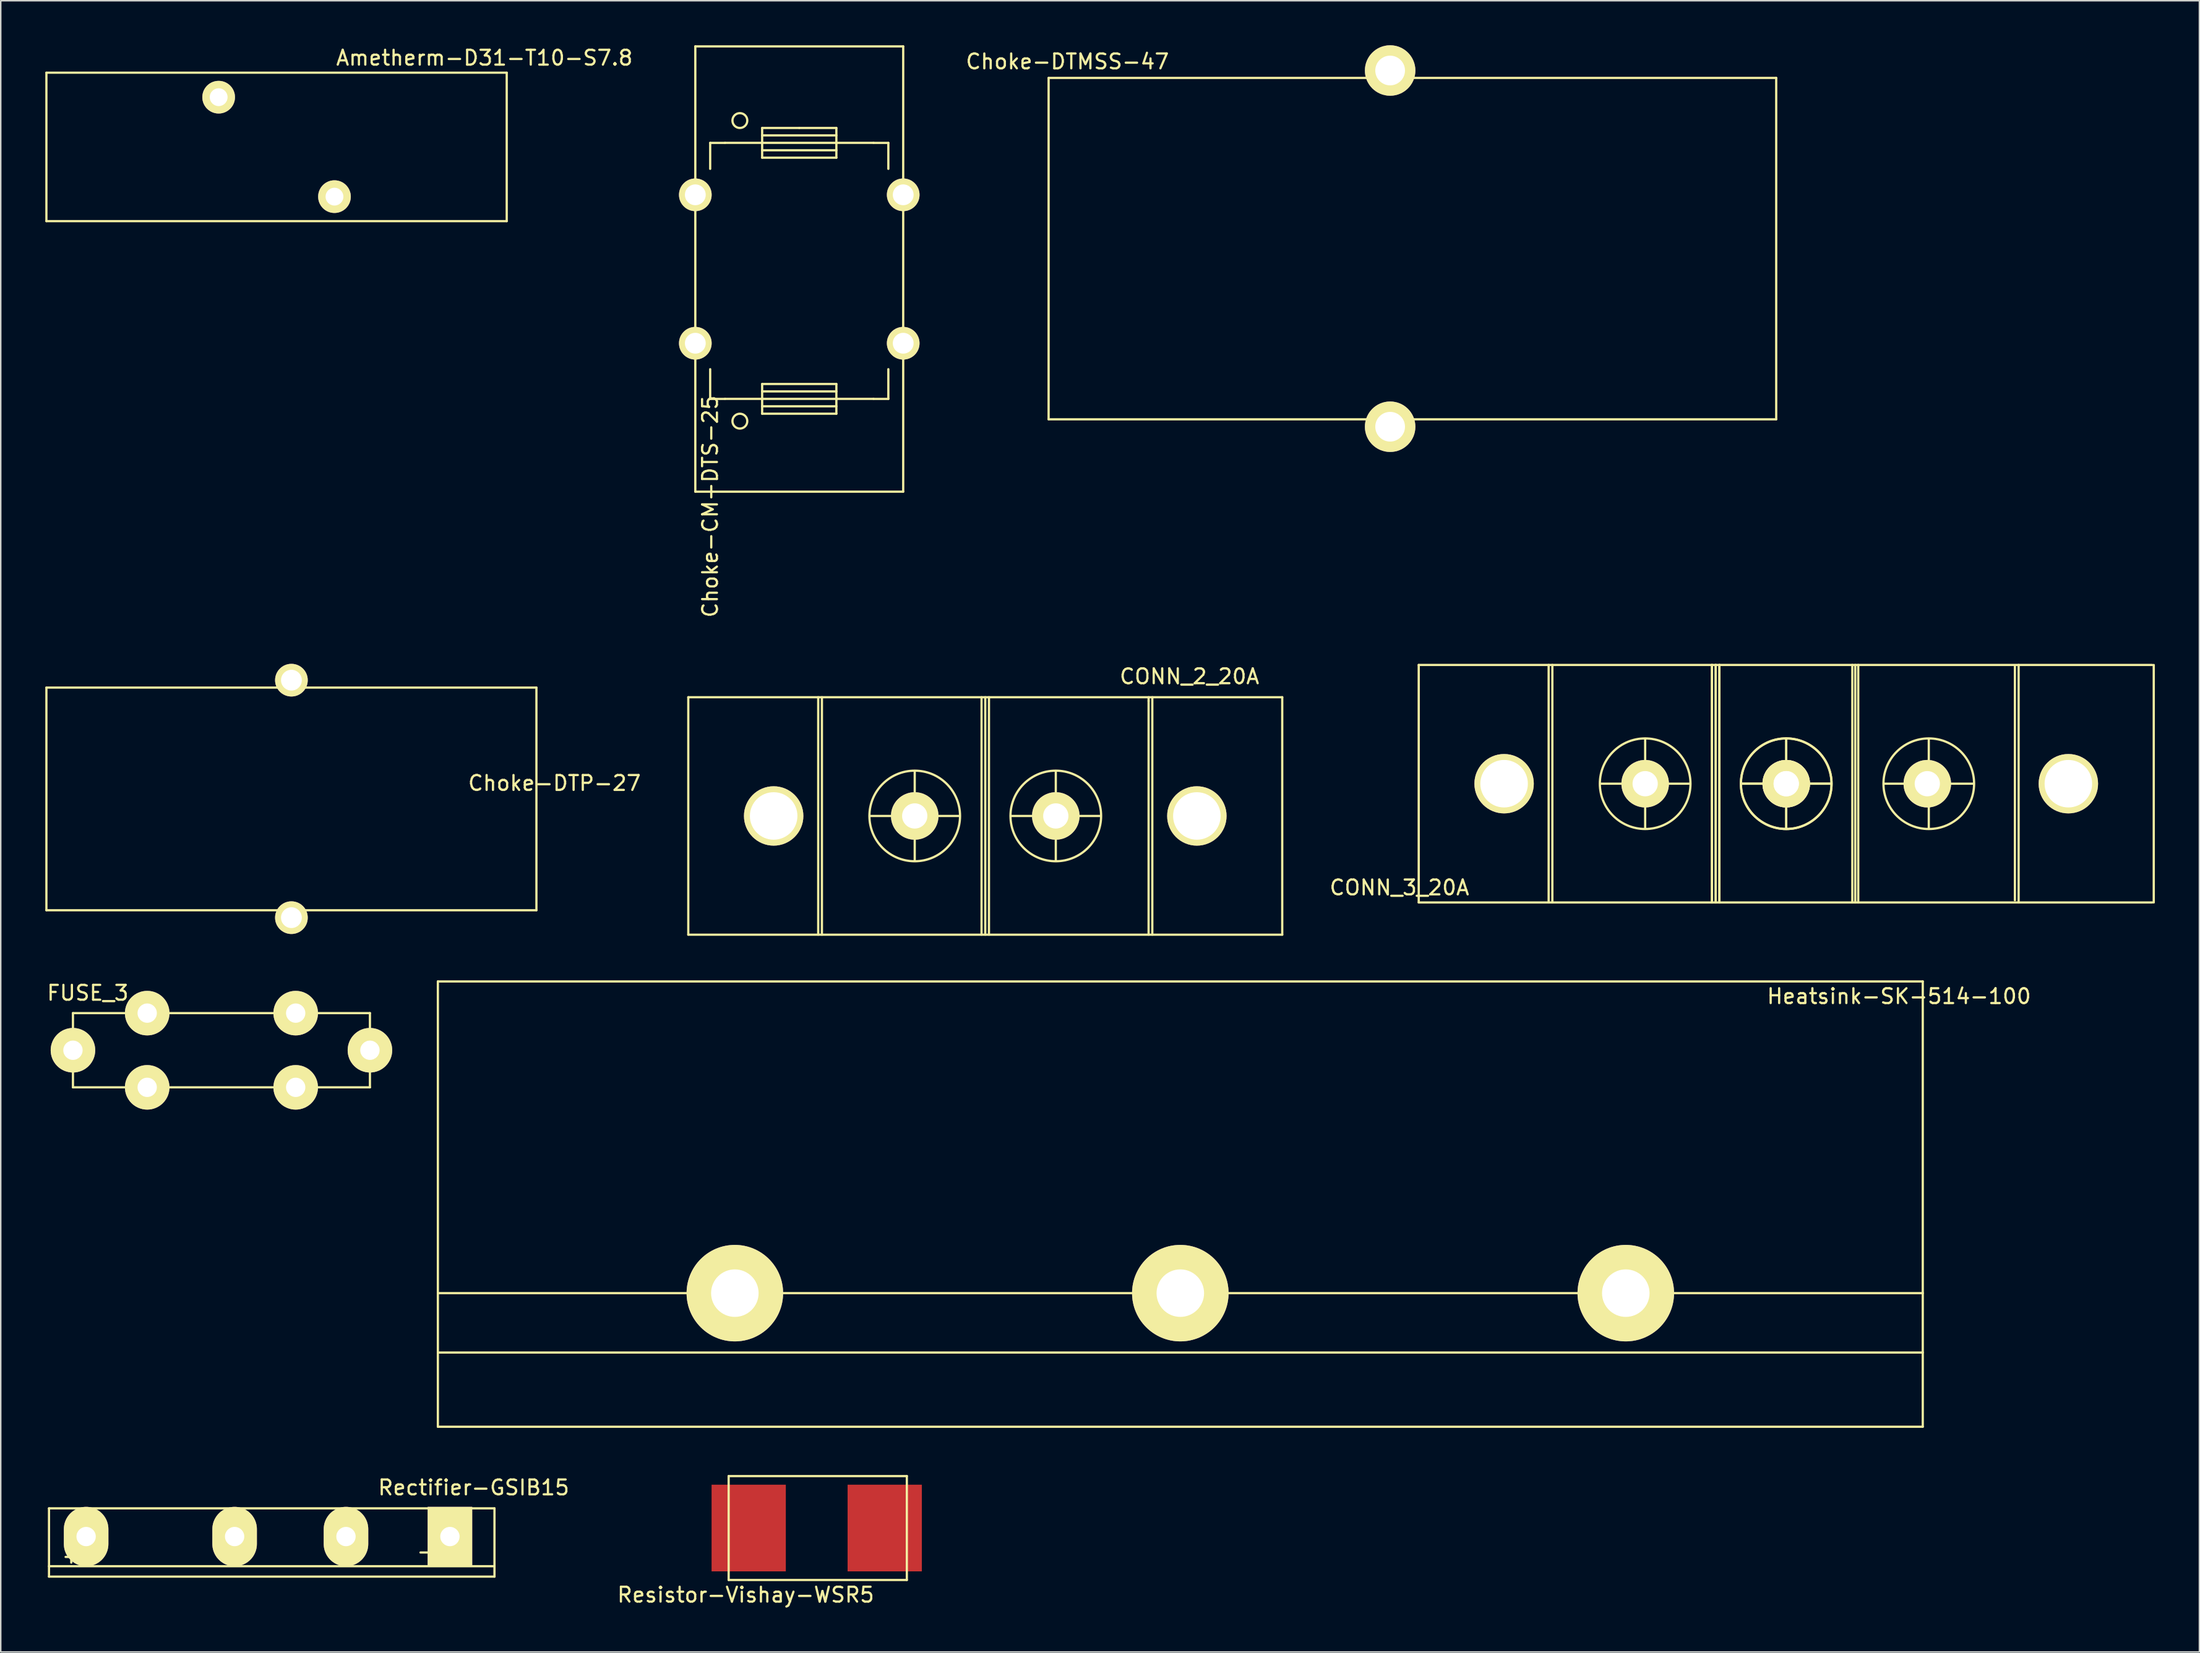
<source format=kicad_pcb>
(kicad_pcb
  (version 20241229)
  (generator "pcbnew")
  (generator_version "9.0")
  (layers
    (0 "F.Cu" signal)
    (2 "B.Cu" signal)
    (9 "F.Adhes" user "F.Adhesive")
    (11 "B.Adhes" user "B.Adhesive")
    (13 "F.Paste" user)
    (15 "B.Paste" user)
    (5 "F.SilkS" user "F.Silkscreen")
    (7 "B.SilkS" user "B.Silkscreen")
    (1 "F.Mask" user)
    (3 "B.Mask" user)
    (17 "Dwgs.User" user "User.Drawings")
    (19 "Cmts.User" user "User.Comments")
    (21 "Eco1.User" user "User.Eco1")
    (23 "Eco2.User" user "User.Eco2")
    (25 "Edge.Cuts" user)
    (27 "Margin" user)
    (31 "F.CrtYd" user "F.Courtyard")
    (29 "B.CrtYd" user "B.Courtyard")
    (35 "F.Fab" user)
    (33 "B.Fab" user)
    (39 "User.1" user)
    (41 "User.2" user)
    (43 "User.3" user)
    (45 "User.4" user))
  (footprint "Choke-DTP-27"
    (layer "F.Cu")
    (at 16.575 50.776)
    (property "Reference" "Choke-DTP-27" (at 17.718 -1.064 0) (layer "F.SilkS") (effects (font (size 1 1) (thickness 0.15))))
    (attr through_hole)
    (fp_line (start -16.5 -7.5) (end -16.5 7.5) (stroke (width 0.15) (type solid)) (layer "F.SilkS"))
    (fp_line (start -16.5 7.5) (end 16.5 7.5) (stroke (width 0.15) (type solid)) (layer "F.SilkS"))
    (fp_line (start 16.5 -7.5) (end -16.5 -7.5) (stroke (width 0.15) (type solid)) (layer "F.SilkS"))
    (fp_line (start 16.5 7.5) (end 16.5 -7.5) (stroke (width 0.15) (type solid)) (layer "F.SilkS"))
    (pad "1" thru_hole circle (at 0 -8) (size 2.2 2.2) (drill 1.4) (layers "*.Cu" "*.Mask" "F.SilkS"))
    (pad "2" thru_hole circle (at 0 8) (size 2.2 2.2) (drill 1.4) (layers "*.Cu" "*.Mask" "F.SilkS")))
  (footprint "Resistor-Vishay-WSR5"
    (layer "F.Cu")
    (at 52.021 99.899)
    (property "Reference" "Resistor-Vishay-WSR5" (at -4.85 4.5 0) (layer "F.SilkS") (effects (font (size 1 1) (thickness 0.15))))
    (attr through_hole)
    (fp_line (start -6 -3.5) (end 6 -3.5) (stroke (width 0.15) (type solid)) (layer "F.SilkS"))
    (fp_line (start -6 3.5) (end -6 -3.5) (stroke (width 0.15) (type solid)) (layer "F.SilkS"))
    (fp_line (start 6 -3.5) (end 6 3.5) (stroke (width 0.15) (type solid)) (layer "F.SilkS"))
    (fp_line (start 6 3.5) (end -6 3.5) (stroke (width 0.15) (type solid)) (layer "F.SilkS"))
    (pad "1" smd rect (at -4.65 0) (size 5 5.84) (layers "F.Cu" "F.Mask" "F.Paste"))
    (pad "2" smd rect (at 4.51 0) (size 5 5.84) (layers "F.Cu" "F.Mask" "F.Paste")))
  (footprint "Heatsink-SK-514-100"
    (layer "F.Cu")
    (at 76.438 93.074)
    (property "Reference" "Heatsink-SK-514-100" (at 48.4 -29 0) (layer "F.SilkS") (effects (font (size 1 1) (thickness 0.15))))
    (attr through_hole)
    (fp_line (start -50 -30) (end -50 0) (stroke (width 0.15) (type solid)) (layer "F.SilkS"))
    (fp_line (start -50 -9) (end 50 -9) (stroke (width 0.15) (type solid)) (layer "F.SilkS"))
    (fp_line (start -50 -5) (end 50 -5) (stroke (width 0.15) (type solid)) (layer "F.SilkS"))
    (fp_line (start -50 0) (end 50 0) (stroke (width 0.15) (type solid)) (layer "F.SilkS"))
    (fp_line (start 50 -30) (end -50 -30) (stroke (width 0.15) (type solid)) (layer "F.SilkS"))
    (fp_line (start 50 0) (end 50 -30) (stroke (width 0.15) (type solid)) (layer "F.SilkS"))
    (pad "" thru_hole circle (at -30 -9) (size 6.5 6.5) (drill 3.2) (layers "*.Cu" "*.Mask" "F.SilkS"))
    (pad "" thru_hole circle (at 0 -9) (size 6.5 6.5) (drill 3.2) (layers "*.Cu" "*.Mask" "F.SilkS"))
    (pad "" thru_hole circle (at 30 -9) (size 6.5 6.5) (drill 3.2) (layers "*.Cu" "*.Mask" "F.SilkS")))
  (footprint "Choke-DTMSS-47"
    (layer "F.Cu")
    (at 90.568 13.7)
    (property "Reference" "Choke-DTMSS-47" (at -21.734 -12.602 0) (layer "F.SilkS") (effects (font (size 1 1) (thickness 0.15))))
    (attr through_hole)
    (fp_line (start -23 -11.5) (end 26 -11.5) (stroke (width 0.15) (type solid)) (layer "F.SilkS"))
    (fp_line (start -23 11.5) (end -23 -11.5) (stroke (width 0.15) (type solid)) (layer "F.SilkS"))
    (fp_line (start 26 -11.5) (end 26 11.5) (stroke (width 0.15) (type solid)) (layer "F.SilkS"))
    (fp_line (start 26 11.5) (end -23 11.5) (stroke (width 0.15) (type solid)) (layer "F.SilkS"))
    (pad "1" thru_hole circle (at 0 -12) (size 3.4 3.4) (drill 2) (layers "*.Cu" "*.Mask" "F.SilkS"))
    (pad "2" thru_hole circle (at 0 12) (size 3.4 3.4) (drill 2) (layers "*.Cu" "*.Mask" "F.SilkS")))
  (footprint "Choke-CM-DTS-25"
    (layer "F.Cu")
    (at 50.776 15.075)
    (property "Reference" "Choke-CM-DTS-25" (at -6 16 90) (layer "F.SilkS") (effects (font (size 1 1) (thickness 0.15))))
    (attr through_hole)
    (fp_line (start -7 -15) (end 7 -15) (stroke (width 0.15) (type solid)) (layer "F.SilkS"))
    (fp_line (start -7 15) (end -7 -15) (stroke (width 0.15) (type solid)) (layer "F.SilkS"))
    (fp_line (start -5.999 -8.499) (end -5.999 -6.749) (stroke (width 0.15) (type solid)) (layer "F.SilkS"))
    (fp_line (start -5.999 8.75) (end -5.999 6.749) (stroke (width 0.15) (type solid)) (layer "F.SilkS"))
    (fp_line (start -5.001 -8.499) (end -5.999 -8.499) (stroke (width 0.15) (type solid)) (layer "F.SilkS"))
    (fp_line (start -5.001 8.748) (end -2.499 8.748) (stroke (width 0.15) (type solid)) (layer "F.SilkS"))
    (fp_line (start -5.001 8.75) (end -5.999 8.75) (stroke (width 0.15) (type solid)) (layer "F.SilkS"))
    (fp_line (start -2.499 -9.502) (end 0 -9.502) (stroke (width 0.15) (type solid)) (layer "F.SilkS"))
    (fp_line (start -2.499 -8.501) (end -5.001 -8.501) (stroke (width 0.15) (type solid)) (layer "F.SilkS"))
    (fp_line (start -2.499 -8.501) (end 2.499 -8.501) (stroke (width 0.15) (type solid)) (layer "F.SilkS"))
    (fp_line (start -2.499 -8.001) (end 2.499 -8.001) (stroke (width 0.15) (type solid)) (layer "F.SilkS"))
    (fp_line (start -2.499 -7.501) (end -2.499 -9.502) (stroke (width 0.15) (type solid)) (layer "F.SilkS"))
    (fp_line (start -2.499 7.747) (end 2.499 7.747) (stroke (width 0.15) (type solid)) (layer "F.SilkS"))
    (fp_line (start -2.499 9.248) (end 2.499 9.248) (stroke (width 0.15) (type solid)) (layer "F.SilkS"))
    (fp_line (start -2.499 9.749) (end -2.499 7.747) (stroke (width 0.15) (type solid)) (layer "F.SilkS"))
    (fp_line (start 0 -9.502) (end 2.499 -9.502) (stroke (width 0.15) (type solid)) (layer "F.SilkS"))
    (fp_line (start 2.499 -9.502) (end 2.499 -7.501) (stroke (width 0.15) (type solid)) (layer "F.SilkS"))
    (fp_line (start 2.499 -9.002) (end -2.499 -9.002) (stroke (width 0.15) (type solid)) (layer "F.SilkS"))
    (fp_line (start 2.499 -8.501) (end 5.001 -8.501) (stroke (width 0.15) (type solid)) (layer "F.SilkS"))
    (fp_line (start 2.499 -7.501) (end -2.499 -7.501) (stroke (width 0.15) (type solid)) (layer "F.SilkS"))
    (fp_line (start 2.499 7.747) (end 2.499 9.749) (stroke (width 0.15) (type solid)) (layer "F.SilkS"))
    (fp_line (start 2.499 8.247) (end -2.499 8.247) (stroke (width 0.15) (type solid)) (layer "F.SilkS"))
    (fp_line (start 2.499 8.748) (end -2.499 8.748) (stroke (width 0.15) (type solid)) (layer "F.SilkS"))
    (fp_line (start 2.499 9.749) (end -2.499 9.749) (stroke (width 0.15) (type solid)) (layer "F.SilkS"))
    (fp_line (start 5.001 -8.499) (end 5.999 -8.499) (stroke (width 0.15) (type solid)) (layer "F.SilkS"))
    (fp_line (start 5.001 8.748) (end 2.499 8.748) (stroke (width 0.15) (type solid)) (layer "F.SilkS"))
    (fp_line (start 5.001 8.75) (end 5.999 8.75) (stroke (width 0.15) (type solid)) (layer "F.SilkS"))
    (fp_line (start 5.999 -8.499) (end 5.999 -6.749) (stroke (width 0.15) (type solid)) (layer "F.SilkS"))
    (fp_line (start 5.999 8.75) (end 5.999 6.749) (stroke (width 0.15) (type solid)) (layer "F.SilkS"))
    (fp_line (start 7 -15) (end 7 15) (stroke (width 0.15) (type solid)) (layer "F.SilkS"))
    (fp_line (start 7 15) (end -7 15) (stroke (width 0.15) (type solid)) (layer "F.SilkS"))
    (fp_circle (center -4 -10.003) (end -3.5 -10.003) (stroke (width 0.15) (type solid)) (fill no) (layer "F.SilkS"))
    (fp_circle (center -4 10.249) (end -3.5 10.249) (stroke (width 0.15) (type solid)) (fill no) (layer "F.SilkS"))
    (pad "1" thru_hole circle (at 7 -5) (size 2.2 2.2) (drill 1.4) (layers "*.Cu" "*.Mask" "F.SilkS"))
    (pad "2" thru_hole circle (at -7 -5) (size 2.2 2.2) (drill 1.4) (layers "*.Cu" "*.Mask" "F.SilkS"))
    (pad "3" thru_hole circle (at -7 5) (size 2.2 2.2) (drill 1.4) (layers "*.Cu" "*.Mask" "F.SilkS"))
    (pad "4" thru_hole circle (at 7 5) (size 2.2 2.2) (drill 1.4) (layers "*.Cu" "*.Mask" "F.SilkS")))
  (footprint "CONN_2_20A"
    (layer "F.Cu")
    (at 63.302 51.924)
    (property "Reference" "CONN_2_20A" (at 13.75 -9.4 180) (layer "F.SilkS") (effects (font (size 1 1) (thickness 0.15))))
    (attr through_hole)
    (fp_line (start -20 -8) (end -20 8) (stroke (width 0.15) (type solid)) (layer "F.SilkS"))
    (fp_line (start -20 8) (end 20 8) (stroke (width 0.15) (type solid)) (layer "F.SilkS"))
    (fp_line (start -11.25 -8) (end -11.25 8) (stroke (width 0.15) (type solid)) (layer "F.SilkS"))
    (fp_line (start -11 -8) (end -11 8) (stroke (width 0.15) (type solid)) (layer "F.SilkS"))
    (fp_line (start -7.75 0) (end -1.75 0) (stroke (width 0.15) (type solid)) (layer "F.SilkS"))
    (fp_line (start -4.75 -3) (end -4.75 3) (stroke (width 0.15) (type solid)) (layer "F.SilkS"))
    (fp_line (start -0.25 -8) (end -0.25 8) (stroke (width 0.15) (type solid)) (layer "F.SilkS"))
    (fp_line (start 0 8) (end 0 -8) (stroke (width 0.15) (type solid)) (layer "F.SilkS"))
    (fp_line (start 0.25 8) (end 0.25 -8) (stroke (width 0.15) (type solid)) (layer "F.SilkS"))
    (fp_line (start 1.75 0) (end 7.75 0) (stroke (width 0.15) (type solid)) (layer "F.SilkS"))
    (fp_line (start 4.75 -3) (end 4.75 3) (stroke (width 0.15) (type solid)) (layer "F.SilkS"))
    (fp_line (start 11 -7.75) (end 11 -8) (stroke (width 0.15) (type solid)) (layer "F.SilkS"))
    (fp_line (start 11 -7.75) (end 11 8) (stroke (width 0.15) (type solid)) (layer "F.SilkS"))
    (fp_line (start 11.25 8) (end 11.25 -8) (stroke (width 0.15) (type solid)) (layer "F.SilkS"))
    (fp_line (start 20 -8) (end -20 -8) (stroke (width 0.15) (type solid)) (layer "F.SilkS"))
    (fp_line (start 20 8) (end 20 -8) (stroke (width 0.15) (type solid)) (layer "F.SilkS"))
    (fp_circle (center -4.75 0) (end -3 2.5) (stroke (width 0.15) (type solid)) (fill no) (layer "F.SilkS"))
    (fp_circle (center 4.75 0) (end 6.5 2.5) (stroke (width 0.15) (type solid)) (fill no) (layer "F.SilkS"))
    (pad "" thru_hole circle (at -14.25 0) (size 4 4) (drill 3.2) (layers "*.Cu" "F.SilkS"))
    (pad "" thru_hole circle (at 14.25 0) (size 4 4) (drill 3.2) (layers "*.Cu" "F.SilkS"))
    (pad "1" thru_hole circle (at -4.75 0) (size 3.2 3.2) (drill 1.7) (layers "*.Cu" "*.Mask" "F.SilkS"))
    (pad "2" thru_hole circle (at 4.75 0) (size 3.2 3.2) (drill 1.7) (layers "*.Cu" "*.Mask" "F.SilkS")))
  (footprint "FUSE_3"
    (layer "F.Cu")
    (at 11.863 67.708)
    (property "Reference" "FUSE_3" (at -9 -3.86 0) (layer "F.SilkS") (effects (font (size 1 1) (thickness 0.15))))
    (attr through_hole)
    (fp_line (start -10 -2.5) (end 10 -2.5) (stroke (width 0.15) (type solid)) (layer "F.SilkS"))
    (fp_line (start -10 2.5) (end -10 -2.5) (stroke (width 0.15) (type solid)) (layer "F.SilkS"))
    (fp_line (start 10 -2.5) (end 10 2.5) (stroke (width 0.15) (type solid)) (layer "F.SilkS"))
    (fp_line (start 10 2.5) (end -10 2.5) (stroke (width 0.15) (type solid)) (layer "F.SilkS"))
    (pad "1" thru_hole circle (at -10 0) (size 3 3) (drill 1.3) (layers "*.Cu" "*.Mask" "F.SilkS"))
    (pad "1" thru_hole circle (at -5 -2.5) (size 3 3) (drill 1.3) (layers "*.Cu" "*.Mask" "F.SilkS"))
    (pad "1" thru_hole circle (at -5 2.5) (size 3 3) (drill 1.3) (layers "*.Cu" "*.Mask" "F.SilkS"))
    (pad "2" thru_hole circle (at 5 -2.5) (size 3 3) (drill 1.3) (layers "*.Cu" "*.Mask" "F.SilkS"))
    (pad "2" thru_hole circle (at 5 2.5) (size 3 3) (drill 1.3) (layers "*.Cu" "*.Mask" "F.SilkS"))
    (pad "2" thru_hole circle (at 10 0) (size 3 3) (drill 1.3) (layers "*.Cu" "*.Mask" "F.SilkS")))
  (footprint "Rectifier-GSIB15"
    (layer "F.Cu")
    (at 0.25 103.173)
    (property "Reference" "Rectifier-GSIB15" (at 28.6 -6 0) (layer "F.SilkS") (effects (font (size 1 1) (thickness 0.15))))
    (attr through_hole)
    (fp_line (start 0 -4.6) (end 30 -4.6) (stroke (width 0.15) (type solid)) (layer "F.SilkS"))
    (fp_line (start 0 0) (end 0 -4.6) (stroke (width 0.15) (type solid)) (layer "F.SilkS"))
    (fp_line (start 30 -4.6) (end 30 0) (stroke (width 0.15) (type solid)) (layer "F.SilkS"))
    (fp_line (start 30 -0.7) (end 0 -0.7) (stroke (width 0.15) (type solid)) (layer "F.SilkS"))
    (fp_line (start 30 0) (end 0 0) (stroke (width 0.15) (type solid)) (layer "F.SilkS"))
    (fp_text user "+" (at 1.5 -1.4 0) (layer "F.SilkS") (effects (font (size 1 1) (thickness 0.15))))
    (fp_text user "-" (at 25.4 -1.7 0) (layer "F.SilkS") (effects (font (size 1 1) (thickness 0.15))))
    (pad "1" thru_hole rect (at 27 -2.7) (size 3 4) (drill 1.3) (layers "*.Cu" "*.Mask" "F.SilkS"))
    (pad "2" thru_hole oval (at 20 -2.7) (size 3 4) (drill 1.3) (layers "*.Cu" "*.Mask" "F.SilkS"))
    (pad "3" thru_hole oval (at 2.5 -2.7) (size 3 4) (drill 1.3) (layers "*.Cu" "*.Mask" "F.SilkS"))
    (pad "4" thru_hole oval (at 12.5 -2.7) (size 3 4) (drill 1.3) (layers "*.Cu" "*.Mask" "F.SilkS")))
  (footprint "CONN_3_20A"
    (layer "F.Cu")
    (at 117.193 49.751)
    (property "Reference" "CONN_3_20A" (at -26 7 0) (layer "F.SilkS") (effects (font (size 1 1) (thickness 0.15))))
    (attr through_hole)
    (fp_line (start -24.7 -8) (end -24.7 8) (stroke (width 0.15) (type solid)) (layer "F.SilkS"))
    (fp_line (start -24.7 -8) (end 24.7 -8) (stroke (width 0.15) (type solid)) (layer "F.SilkS"))
    (fp_line (start -24.7 8) (end 24.7 8) (stroke (width 0.15) (type solid)) (layer "F.SilkS"))
    (fp_line (start -15.95 -8) (end -15.95 8) (stroke (width 0.15) (type solid)) (layer "F.SilkS"))
    (fp_line (start -15.7 -8) (end -15.7 8) (stroke (width 0.15) (type solid)) (layer "F.SilkS"))
    (fp_line (start -12.45 0) (end -6.45 0) (stroke (width 0.15) (type solid)) (layer "F.SilkS"))
    (fp_line (start -9.45 -3) (end -9.45 3) (stroke (width 0.15) (type solid)) (layer "F.SilkS"))
    (fp_line (start -4.95 -8) (end -4.95 8) (stroke (width 0.15) (type solid)) (layer "F.SilkS"))
    (fp_line (start -4.95 -8) (end -4.95 8) (stroke (width 0.15) (type solid)) (layer "F.SilkS"))
    (fp_line (start -4.7 8) (end -4.7 -8) (stroke (width 0.15) (type solid)) (layer "F.SilkS"))
    (fp_line (start -4.7 8) (end -4.7 -8) (stroke (width 0.15) (type solid)) (layer "F.SilkS"))
    (fp_line (start -4.45 8) (end -4.45 -8) (stroke (width 0.15) (type solid)) (layer "F.SilkS"))
    (fp_line (start -4.45 8) (end -4.45 -8) (stroke (width 0.15) (type solid)) (layer "F.SilkS"))
    (fp_line (start -2.95 0) (end 3.05 0) (stroke (width 0.15) (type solid)) (layer "F.SilkS"))
    (fp_line (start -2.95 0) (end 3.05 0) (stroke (width 0.15) (type solid)) (layer "F.SilkS"))
    (fp_line (start 0.05 -3) (end 0.05 3) (stroke (width 0.15) (type solid)) (layer "F.SilkS"))
    (fp_line (start 0.05 -3) (end 0.05 3) (stroke (width 0.15) (type solid)) (layer "F.SilkS"))
    (fp_line (start 4.5 8) (end 4.5 -8) (stroke (width 0.15) (type solid)) (layer "F.SilkS"))
    (fp_line (start 4.7 8) (end 4.7 -8) (stroke (width 0.15) (type solid)) (layer "F.SilkS"))
    (fp_line (start 4.9 8) (end 4.9 -8) (stroke (width 0.15) (type solid)) (layer "F.SilkS"))
    (fp_line (start 6.65 0) (end 12.65 0) (stroke (width 0.15) (type solid)) (layer "F.SilkS"))
    (fp_line (start 9.65 -3) (end 9.65 3) (stroke (width 0.15) (type solid)) (layer "F.SilkS"))
    (fp_line (start 15.45 -7.9) (end 15.45 7.85) (stroke (width 0.15) (type solid)) (layer "F.SilkS"))
    (fp_line (start 15.7 8) (end 15.7 -8) (stroke (width 0.15) (type solid)) (layer "F.SilkS"))
    (fp_line (start 24.8 8) (end 24.8 -8) (stroke (width 0.15) (type solid)) (layer "F.SilkS"))
    (fp_circle (center -9.45 0) (end -7.7 2.5) (stroke (width 0.15) (type solid)) (fill no) (layer "F.SilkS"))
    (fp_circle (center 0.05 0) (end 1.8 2.5) (stroke (width 0.15) (type solid)) (fill no) (layer "F.SilkS"))
    (fp_circle (center 0.05 0) (end 1.8 2.5) (stroke (width 0.15) (type solid)) (fill no) (layer "F.SilkS"))
    (fp_circle (center 9.65 0) (end 11.4 2.5) (stroke (width 0.15) (type solid)) (fill no) (layer "F.SilkS"))
    (pad "" thru_hole circle (at -18.95 0) (size 4 4) (drill 3.2) (layers "*.Cu" "F.SilkS"))
    (pad "" thru_hole circle (at 19.05 0) (size 4 4) (drill 3.2) (layers "*.Cu" "F.SilkS"))
    (pad "1" thru_hole circle (at -9.45 0) (size 3.2 3.2) (drill 1.7) (layers "*.Cu" "*.Mask" "F.SilkS"))
    (pad "2" thru_hole circle (at 0.05 0) (size 3.2 3.2) (drill 1.7) (layers "*.Cu" "*.Mask" "F.SilkS"))
    (pad "2" thru_hole circle (at 0.05 0) (size 3.2 3.2) (drill 1.7) (layers "*.Cu" "*.Mask" "F.SilkS"))
    (pad "3" thru_hole circle (at 9.55 0) (size 3.2 3.2) (drill 1.7) (layers "*.Cu" "*.Mask" "F.SilkS")))
  (footprint "Ametherm-D31-T10-S7.8"
    (layer "F.Cu")
    (at 15.575 6.848)
    (property "Reference" "Ametherm-D31-T10-S7.8" (at 14 -6 0) (layer "F.SilkS") (effects (font (size 1 1) (thickness 0.15))))
    (attr through_hole)
    (fp_line (start -15.5 -5) (end -15.5 5) (stroke (width 0.15) (type solid)) (layer "F.SilkS"))
    (fp_line (start -15.5 5) (end 15.5 5) (stroke (width 0.15) (type solid)) (layer "F.SilkS"))
    (fp_line (start 15.5 -5) (end -15.5 -5) (stroke (width 0.15) (type solid)) (layer "F.SilkS"))
    (fp_line (start 15.5 -5) (end 15.5 5) (stroke (width 0.15) (type solid)) (layer "F.SilkS"))
    (pad "1" thru_hole circle (at -3.9 -3.35) (size 2.2 2.2) (drill 1.2) (layers "*.Cu" "*.Mask" "F.SilkS"))
    (pad "2" thru_hole circle (at 3.9 3.35) (size 2.2 2.2) (drill 1.2) (layers "*.Cu" "*.Mask" "F.SilkS")))
  (gr_rect
    (start -3 -3)
    (end 145.068 108.248)
    (stroke (width 0.1) (type default))
    (fill no)
    (layer "Edge.Cuts")))
</source>
